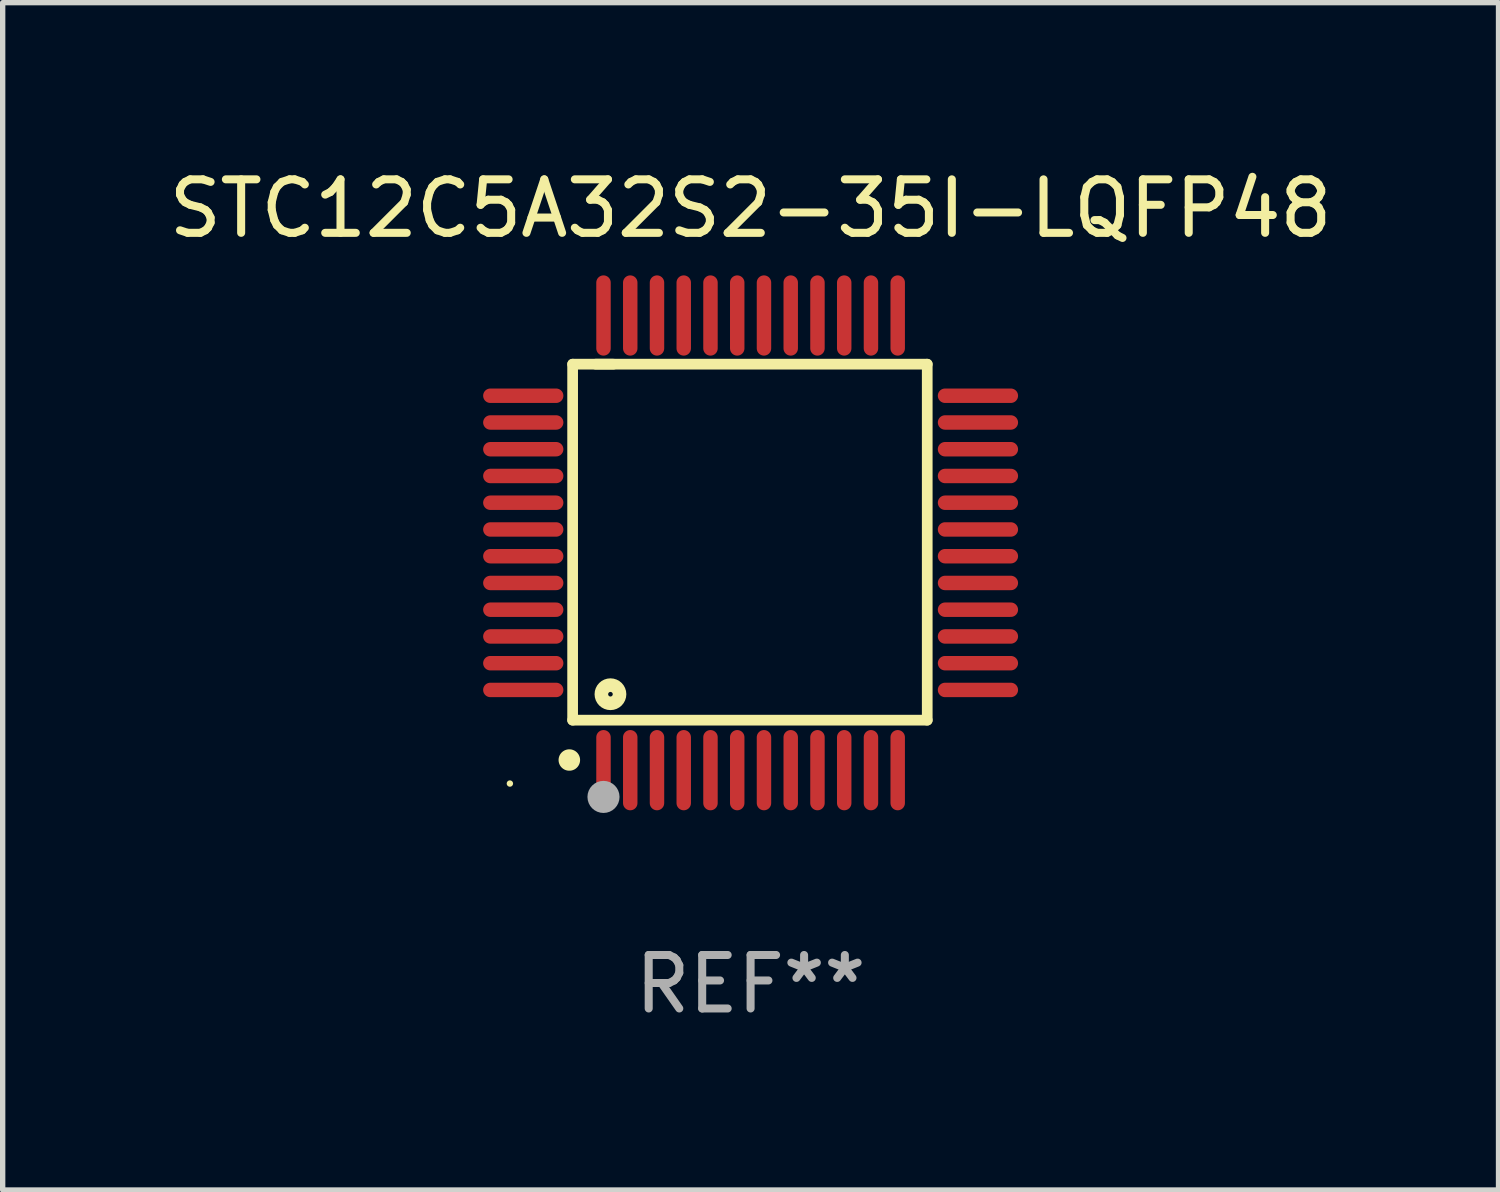
<source format=kicad_pcb>
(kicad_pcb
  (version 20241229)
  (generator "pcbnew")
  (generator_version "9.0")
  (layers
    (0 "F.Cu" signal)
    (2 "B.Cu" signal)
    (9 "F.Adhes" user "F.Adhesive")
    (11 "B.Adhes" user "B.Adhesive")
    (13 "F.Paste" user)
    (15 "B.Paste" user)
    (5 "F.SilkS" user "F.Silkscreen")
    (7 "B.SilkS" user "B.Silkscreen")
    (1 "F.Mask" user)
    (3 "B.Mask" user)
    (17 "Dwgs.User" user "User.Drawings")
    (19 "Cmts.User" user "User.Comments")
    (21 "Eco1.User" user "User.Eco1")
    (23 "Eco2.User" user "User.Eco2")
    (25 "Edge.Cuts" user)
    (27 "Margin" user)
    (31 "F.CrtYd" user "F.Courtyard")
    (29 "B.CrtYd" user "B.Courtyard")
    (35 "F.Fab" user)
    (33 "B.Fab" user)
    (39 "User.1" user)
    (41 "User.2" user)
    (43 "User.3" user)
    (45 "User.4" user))
  (footprint "STC12C5A32S2-35I-LQFP48"
    (layer "F.Cu")
    (at 10.982 7.098)
    (property "Reference" "STC12C5A32S2-35I-LQFP48" (at 0 -6.25 0) (layer "F.SilkS") (effects (font (size 1 1) (thickness 0.15))))
    (attr through_hole)
    (fp_line (start -3.327 -3.34) (end -2.565 -3.34) (stroke (width 0.2) (type solid)) (layer "F.SilkS"))
    (fp_line (start -3.327 3.315) (end -3.327 -3.34) (stroke (width 0.2) (type solid)) (layer "F.SilkS"))
    (fp_line (start -2.896 -3.34) (end 3.302 -3.34) (stroke (width 0.2) (type solid)) (layer "F.SilkS"))
    (fp_line (start 3.302 -3.34) (end 3.302 3.315) (stroke (width 0.2) (type solid)) (layer "F.SilkS"))
    (fp_line (start 3.302 3.315) (end -3.327 3.315) (stroke (width 0.2) (type solid)) (layer "F.SilkS"))
    (fp_arc (start -3.389992 4.059995) (mid -3.388722 4.059991) (end -3.387452 4.059995) (stroke (width 0.4) (type solid)) (layer "F.SilkS"))
    (fp_circle (center -4.5 4.5) (end -4.47 4.5) (stroke (width 0.06) (type solid)) (fill no) (layer "F.SilkS"))
    (fp_circle (center -2.62 2.83) (end -2.45 2.83) (stroke (width 0.254) (type solid)) (fill no) (layer "F.SilkS"))
    (fp_circle (center -2.75 4.75) (end -2.6 4.75) (stroke (width 0.3) (type solid)) (fill no) (layer "F.Fab"))
    (fp_text user "REF**" (at 0 8.25 0) (layer "F.Fab") (effects (font (size 1 1) (thickness 0.15))))
    (pad "1" smd oval (at -2.75 4.25) (size 0.27 1.5) (layers "F.Cu" "F.Mask" "F.Paste"))
    (pad "2" smd oval (at -2.25 4.25) (size 0.27 1.5) (layers "F.Cu" "F.Mask" "F.Paste"))
    (pad "3" smd oval (at -1.75 4.25) (size 0.27 1.5) (layers "F.Cu" "F.Mask" "F.Paste"))
    (pad "4" smd oval (at -1.25 4.25) (size 0.27 1.5) (layers "F.Cu" "F.Mask" "F.Paste"))
    (pad "5" smd oval (at -0.75 4.25) (size 0.27 1.5) (layers "F.Cu" "F.Mask" "F.Paste"))
    (pad "6" smd oval (at -0.25 4.25) (size 0.27 1.5) (layers "F.Cu" "F.Mask" "F.Paste"))
    (pad "7" smd oval (at 0.25 4.25) (size 0.27 1.5) (layers "F.Cu" "F.Mask" "F.Paste"))
    (pad "8" smd oval (at 0.75 4.25) (size 0.27 1.5) (layers "F.Cu" "F.Mask" "F.Paste"))
    (pad "9" smd oval (at 1.25 4.25) (size 0.27 1.5) (layers "F.Cu" "F.Mask" "F.Paste"))
    (pad "10" smd oval (at 1.75 4.25) (size 0.27 1.5) (layers "F.Cu" "F.Mask" "F.Paste"))
    (pad "11" smd oval (at 2.25 4.25) (size 0.27 1.5) (layers "F.Cu" "F.Mask" "F.Paste"))
    (pad "12" smd oval (at 2.75 4.25) (size 0.27 1.5) (layers "F.Cu" "F.Mask" "F.Paste"))
    (pad "13" smd oval (at 4.25 2.75) (size 1.5 0.27) (layers "F.Cu" "F.Mask" "F.Paste"))
    (pad "14" smd oval (at 4.25 2.25) (size 1.5 0.27) (layers "F.Cu" "F.Mask" "F.Paste"))
    (pad "15" smd oval (at 4.25 1.75) (size 1.5 0.27) (layers "F.Cu" "F.Mask" "F.Paste"))
    (pad "16" smd oval (at 4.25 1.25) (size 1.5 0.27) (layers "F.Cu" "F.Mask" "F.Paste"))
    (pad "17" smd oval (at 4.25 0.75) (size 1.5 0.27) (layers "F.Cu" "F.Mask" "F.Paste"))
    (pad "18" smd oval (at 4.25 0.25) (size 1.5 0.27) (layers "F.Cu" "F.Mask" "F.Paste"))
    (pad "19" smd oval (at 4.25 -0.25) (size 1.5 0.27) (layers "F.Cu" "F.Mask" "F.Paste"))
    (pad "20" smd oval (at 4.25 -0.75) (size 1.5 0.27) (layers "F.Cu" "F.Mask" "F.Paste"))
    (pad "21" smd oval (at 4.25 -1.25) (size 1.5 0.27) (layers "F.Cu" "F.Mask" "F.Paste"))
    (pad "22" smd oval (at 4.25 -1.75) (size 1.5 0.27) (layers "F.Cu" "F.Mask" "F.Paste"))
    (pad "23" smd oval (at 4.25 -2.25) (size 1.5 0.27) (layers "F.Cu" "F.Mask" "F.Paste"))
    (pad "24" smd oval (at 4.25 -2.75) (size 1.5 0.27) (layers "F.Cu" "F.Mask" "F.Paste"))
    (pad "25" smd oval (at 2.75 -4.25) (size 0.27 1.5) (layers "F.Cu" "F.Mask" "F.Paste"))
    (pad "26" smd oval (at 2.25 -4.25) (size 0.27 1.5) (layers "F.Cu" "F.Mask" "F.Paste"))
    (pad "27" smd oval (at 1.75 -4.25) (size 0.27 1.5) (layers "F.Cu" "F.Mask" "F.Paste"))
    (pad "28" smd oval (at 1.25 -4.25) (size 0.27 1.5) (layers "F.Cu" "F.Mask" "F.Paste"))
    (pad "29" smd oval (at 0.75 -4.25) (size 0.27 1.5) (layers "F.Cu" "F.Mask" "F.Paste"))
    (pad "30" smd oval (at 0.25 -4.25) (size 0.27 1.5) (layers "F.Cu" "F.Mask" "F.Paste"))
    (pad "31" smd oval (at -0.25 -4.25) (size 0.27 1.5) (layers "F.Cu" "F.Mask" "F.Paste"))
    (pad "32" smd oval (at -0.75 -4.25) (size 0.27 1.5) (layers "F.Cu" "F.Mask" "F.Paste"))
    (pad "33" smd oval (at -1.25 -4.25) (size 0.27 1.5) (layers "F.Cu" "F.Mask" "F.Paste"))
    (pad "34" smd oval (at -1.75 -4.25) (size 0.27 1.5) (layers "F.Cu" "F.Mask" "F.Paste"))
    (pad "35" smd oval (at -2.25 -4.25) (size 0.27 1.5) (layers "F.Cu" "F.Mask" "F.Paste"))
    (pad "36" smd oval (at -2.75 -4.25) (size 0.27 1.5) (layers "F.Cu" "F.Mask" "F.Paste"))
    (pad "37" smd oval (at -4.25 -2.75) (size 1.5 0.27) (layers "F.Cu" "F.Mask" "F.Paste"))
    (pad "38" smd oval (at -4.25 -2.25) (size 1.5 0.27) (layers "F.Cu" "F.Mask" "F.Paste"))
    (pad "39" smd oval (at -4.25 -1.75) (size 1.5 0.27) (layers "F.Cu" "F.Mask" "F.Paste"))
    (pad "40" smd oval (at -4.25 -1.25) (size 1.5 0.27) (layers "F.Cu" "F.Mask" "F.Paste"))
    (pad "41" smd oval (at -4.25 -0.75) (size 1.5 0.27) (layers "F.Cu" "F.Mask" "F.Paste"))
    (pad "42" smd oval (at -4.25 -0.25) (size 1.5 0.27) (layers "F.Cu" "F.Mask" "F.Paste"))
    (pad "43" smd oval (at -4.25 0.25) (size 1.5 0.27) (layers "F.Cu" "F.Mask" "F.Paste"))
    (pad "44" smd oval (at -4.25 0.75) (size 1.5 0.27) (layers "F.Cu" "F.Mask" "F.Paste"))
    (pad "45" smd oval (at -4.25 1.25) (size 1.5 0.27) (layers "F.Cu" "F.Mask" "F.Paste"))
    (pad "46" smd oval (at -4.25 1.75) (size 1.5 0.27) (layers "F.Cu" "F.Mask" "F.Paste"))
    (pad "47" smd oval (at -4.25 2.25) (size 1.5 0.27) (layers "F.Cu" "F.Mask" "F.Paste"))
    (pad "48" smd oval (at -4.25 2.75) (size 1.5 0.27) (layers "F.Cu" "F.Mask" "F.Paste")))
  (gr_rect
    (start -3 -3)
    (end 24.964 19.196)
    (stroke (width 0.1) (type default))
    (fill no)
    (layer "Edge.Cuts")))
</source>
